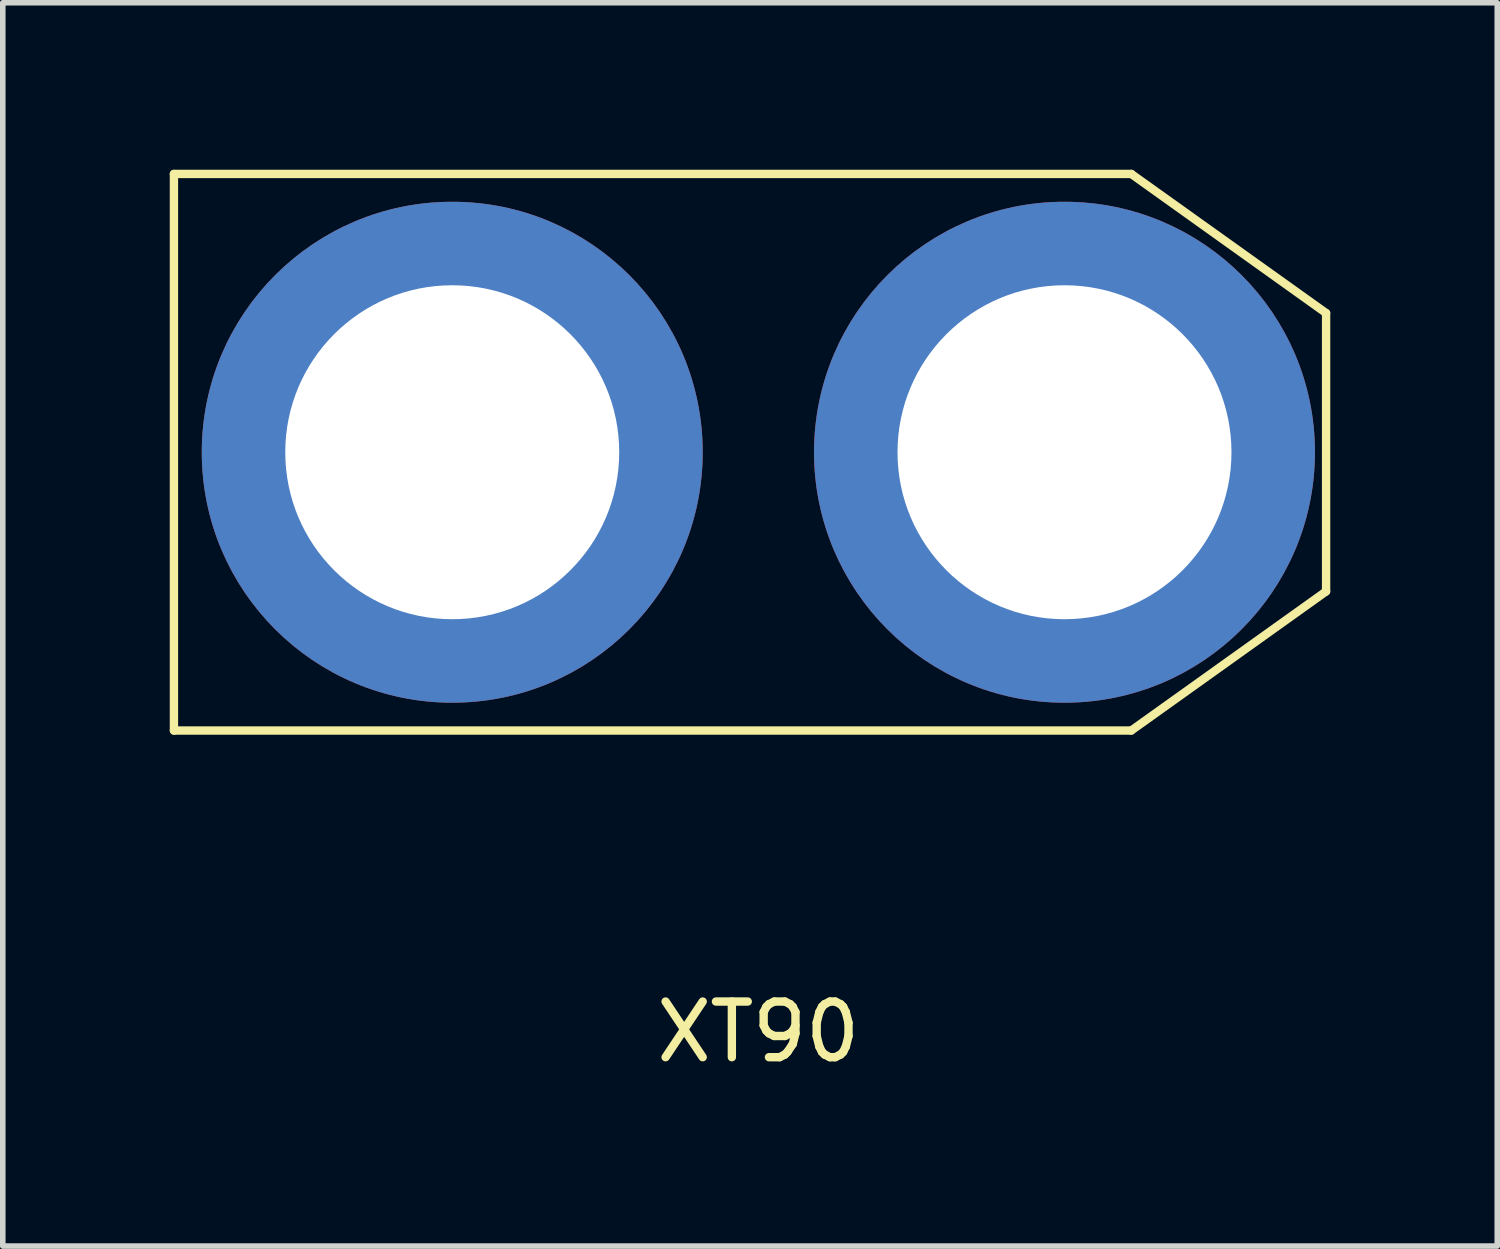
<source format=kicad_pcb>
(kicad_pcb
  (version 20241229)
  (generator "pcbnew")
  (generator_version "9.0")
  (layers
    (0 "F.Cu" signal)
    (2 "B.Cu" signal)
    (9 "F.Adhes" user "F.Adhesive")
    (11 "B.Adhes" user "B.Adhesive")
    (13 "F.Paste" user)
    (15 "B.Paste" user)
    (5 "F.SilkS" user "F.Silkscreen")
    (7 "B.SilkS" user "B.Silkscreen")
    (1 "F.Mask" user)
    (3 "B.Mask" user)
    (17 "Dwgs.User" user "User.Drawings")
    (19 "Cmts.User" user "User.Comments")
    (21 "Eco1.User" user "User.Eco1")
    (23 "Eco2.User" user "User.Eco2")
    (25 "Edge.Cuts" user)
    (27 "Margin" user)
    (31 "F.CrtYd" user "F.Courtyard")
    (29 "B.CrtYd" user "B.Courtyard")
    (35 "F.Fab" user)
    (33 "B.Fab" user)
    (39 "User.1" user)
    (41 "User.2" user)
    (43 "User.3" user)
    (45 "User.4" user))
  (footprint "XT90"
    (layer "F.Cu")
    (at 10.575 5.075)
    (property "Reference" "XT90" (at 0 10.414 180) (layer "F.SilkS") (effects (font (size 1 1) (thickness 0.15))))
    (attr through_hole)
    (fp_line (start -10.5 -5) (end -10.5 5) (stroke (width 0.15) (type solid)) (layer "F.SilkS"))
    (fp_line (start -10.5 -5) (end 6.7 -5) (stroke (width 0.15) (type solid)) (layer "F.SilkS"))
    (fp_line (start -10.5 5) (end 6.7 5) (stroke (width 0.15) (type solid)) (layer "F.SilkS"))
    (fp_line (start 6.7 -5) (end 10.2 -2.5) (stroke (width 0.15) (type solid)) (layer "F.SilkS"))
    (fp_line (start 6.7 5) (end 10.2 2.5) (stroke (width 0.15) (type solid)) (layer "F.SilkS"))
    (fp_line (start 10.2 -2.5) (end 10.2 2.5) (stroke (width 0.15) (type solid)) (layer "F.SilkS"))
    (pad "1" thru_hole circle (at -5.5 0) (size 9 9) (drill 6) (layers "*.Cu" "*.Mask"))
    (pad "2" thru_hole circle (at 5.5 0) (size 9 9) (drill 6) (layers "*.Cu" "*.Mask")))
  (gr_rect
    (start -3 -3)
    (end 23.85 19.337)
    (stroke (width 0.1) (type default))
    (fill no)
    (layer "Edge.Cuts")))
</source>
